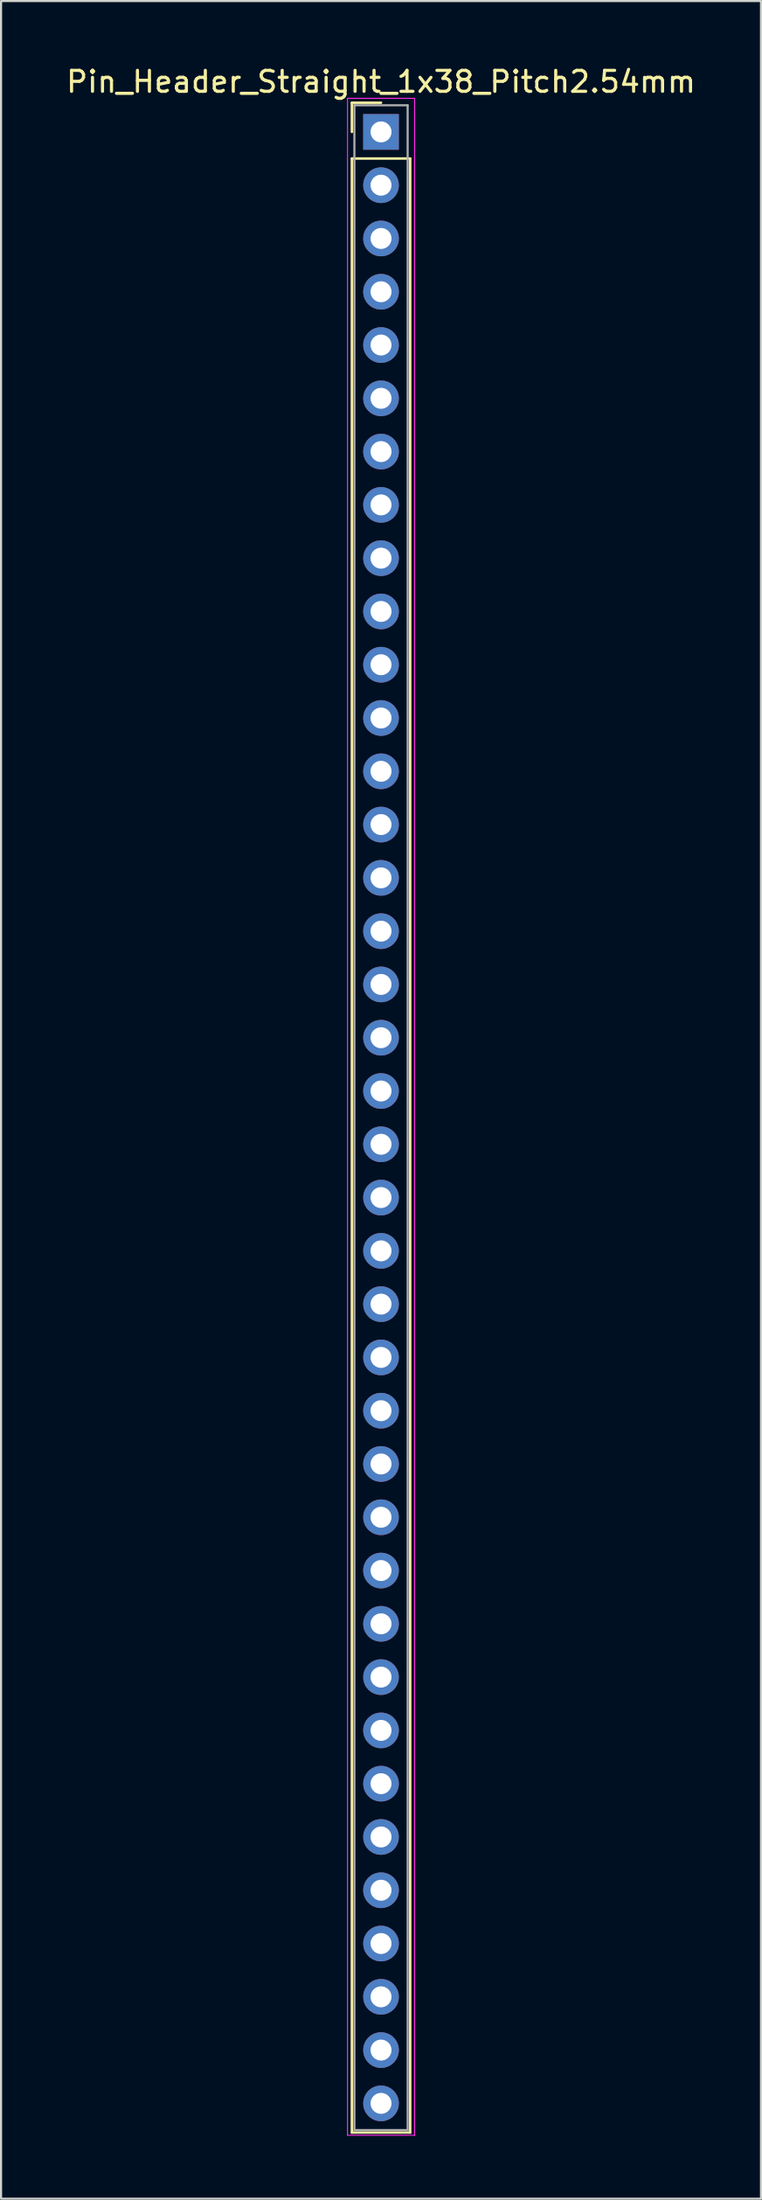
<source format=kicad_pcb>
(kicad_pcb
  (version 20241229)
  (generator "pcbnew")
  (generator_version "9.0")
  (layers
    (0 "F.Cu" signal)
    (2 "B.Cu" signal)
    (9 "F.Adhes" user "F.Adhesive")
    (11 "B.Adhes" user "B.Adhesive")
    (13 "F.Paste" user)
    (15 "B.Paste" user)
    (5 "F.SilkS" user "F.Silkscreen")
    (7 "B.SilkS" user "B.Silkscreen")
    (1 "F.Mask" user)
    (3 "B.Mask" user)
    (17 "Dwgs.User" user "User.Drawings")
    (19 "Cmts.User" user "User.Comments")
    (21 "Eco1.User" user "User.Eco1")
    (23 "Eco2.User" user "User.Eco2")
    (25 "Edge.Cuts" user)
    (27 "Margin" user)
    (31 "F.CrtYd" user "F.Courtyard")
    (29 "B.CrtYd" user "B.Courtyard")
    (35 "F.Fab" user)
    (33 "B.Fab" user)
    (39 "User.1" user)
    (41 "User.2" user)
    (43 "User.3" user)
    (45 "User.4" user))
  (footprint "Pin_Header_Straight_1x38_Pitch2.54mm"
    (layer "F.Cu")
    (at 15.125 3.238)
    (property "Reference" "Pin_Header_Straight_1x38_Pitch2.54mm" (at 0 -2.39 0) (layer "F.SilkS") (effects (font (size 1 1) (thickness 0.15))))
    (attr through_hole)
    (fp_line (start -1.39 -1.39) (end 0 -1.39) (stroke (width 0.12) (type solid)) (layer "F.SilkS"))
    (fp_line (start -1.39 0) (end -1.39 -1.39) (stroke (width 0.12) (type solid)) (layer "F.SilkS"))
    (fp_line (start -1.39 1.27) (end -1.39 95.37) (stroke (width 0.12) (type solid)) (layer "F.SilkS"))
    (fp_line (start -1.39 95.37) (end 1.39 95.37) (stroke (width 0.12) (type solid)) (layer "F.SilkS"))
    (fp_line (start 1.39 1.27) (end -1.39 1.27) (stroke (width 0.12) (type solid)) (layer "F.SilkS"))
    (fp_line (start 1.39 95.37) (end 1.39 1.27) (stroke (width 0.12) (type solid)) (layer "F.SilkS"))
    (fp_line (start -1.6 -1.6) (end -1.6 95.5) (stroke (width 0.05) (type solid)) (layer "F.CrtYd"))
    (fp_line (start -1.6 95.5) (end 1.6 95.5) (stroke (width 0.05) (type solid)) (layer "F.CrtYd"))
    (fp_line (start 1.6 -1.6) (end -1.6 -1.6) (stroke (width 0.05) (type solid)) (layer "F.CrtYd"))
    (fp_line (start 1.6 95.5) (end 1.6 -1.6) (stroke (width 0.05) (type solid)) (layer "F.CrtYd"))
    (fp_line (start -1.27 -1.27) (end -1.27 95.25) (stroke (width 0.1) (type solid)) (layer "F.Fab"))
    (fp_line (start -1.27 95.25) (end 1.27 95.25) (stroke (width 0.1) (type solid)) (layer "F.Fab"))
    (fp_line (start 1.27 -1.27) (end -1.27 -1.27) (stroke (width 0.1) (type solid)) (layer "F.Fab"))
    (fp_line (start 1.27 95.25) (end 1.27 -1.27) (stroke (width 0.1) (type solid)) (layer "F.Fab"))
    (pad "1" thru_hole rect (at 0 0) (size 1.7 1.7) (drill 1) (layers "*.Cu" "*.Mask"))
    (pad "2" thru_hole oval (at 0 2.54) (size 1.7 1.7) (drill 1) (layers "*.Cu" "*.Mask"))
    (pad "3" thru_hole oval (at 0 5.08) (size 1.7 1.7) (drill 1) (layers "*.Cu" "*.Mask"))
    (pad "4" thru_hole oval (at 0 7.62) (size 1.7 1.7) (drill 1) (layers "*.Cu" "*.Mask"))
    (pad "5" thru_hole oval (at 0 10.16) (size 1.7 1.7) (drill 1) (layers "*.Cu" "*.Mask"))
    (pad "6" thru_hole oval (at 0 12.7) (size 1.7 1.7) (drill 1) (layers "*.Cu" "*.Mask"))
    (pad "7" thru_hole oval (at 0 15.24) (size 1.7 1.7) (drill 1) (layers "*.Cu" "*.Mask"))
    (pad "8" thru_hole oval (at 0 17.78) (size 1.7 1.7) (drill 1) (layers "*.Cu" "*.Mask"))
    (pad "9" thru_hole oval (at 0 20.32) (size 1.7 1.7) (drill 1) (layers "*.Cu" "*.Mask"))
    (pad "10" thru_hole oval (at 0 22.86) (size 1.7 1.7) (drill 1) (layers "*.Cu" "*.Mask"))
    (pad "11" thru_hole oval (at 0 25.4) (size 1.7 1.7) (drill 1) (layers "*.Cu" "*.Mask"))
    (pad "12" thru_hole oval (at 0 27.94) (size 1.7 1.7) (drill 1) (layers "*.Cu" "*.Mask"))
    (pad "13" thru_hole oval (at 0 30.48) (size 1.7 1.7) (drill 1) (layers "*.Cu" "*.Mask"))
    (pad "14" thru_hole oval (at 0 33.02) (size 1.7 1.7) (drill 1) (layers "*.Cu" "*.Mask"))
    (pad "15" thru_hole oval (at 0 35.56) (size 1.7 1.7) (drill 1) (layers "*.Cu" "*.Mask"))
    (pad "16" thru_hole oval (at 0 38.1) (size 1.7 1.7) (drill 1) (layers "*.Cu" "*.Mask"))
    (pad "17" thru_hole oval (at 0 40.64) (size 1.7 1.7) (drill 1) (layers "*.Cu" "*.Mask"))
    (pad "18" thru_hole oval (at 0 43.18) (size 1.7 1.7) (drill 1) (layers "*.Cu" "*.Mask"))
    (pad "19" thru_hole oval (at 0 45.72) (size 1.7 1.7) (drill 1) (layers "*.Cu" "*.Mask"))
    (pad "20" thru_hole oval (at 0 48.26) (size 1.7 1.7) (drill 1) (layers "*.Cu" "*.Mask"))
    (pad "21" thru_hole oval (at 0 50.8) (size 1.7 1.7) (drill 1) (layers "*.Cu" "*.Mask"))
    (pad "22" thru_hole oval (at 0 53.34) (size 1.7 1.7) (drill 1) (layers "*.Cu" "*.Mask"))
    (pad "23" thru_hole oval (at 0 55.88) (size 1.7 1.7) (drill 1) (layers "*.Cu" "*.Mask"))
    (pad "24" thru_hole oval (at 0 58.42) (size 1.7 1.7) (drill 1) (layers "*.Cu" "*.Mask"))
    (pad "25" thru_hole oval (at 0 60.96) (size 1.7 1.7) (drill 1) (layers "*.Cu" "*.Mask"))
    (pad "26" thru_hole oval (at 0 63.5) (size 1.7 1.7) (drill 1) (layers "*.Cu" "*.Mask"))
    (pad "27" thru_hole oval (at 0 66.04) (size 1.7 1.7) (drill 1) (layers "*.Cu" "*.Mask"))
    (pad "28" thru_hole oval (at 0 68.58) (size 1.7 1.7) (drill 1) (layers "*.Cu" "*.Mask"))
    (pad "29" thru_hole oval (at 0 71.12) (size 1.7 1.7) (drill 1) (layers "*.Cu" "*.Mask"))
    (pad "30" thru_hole oval (at 0 73.66) (size 1.7 1.7) (drill 1) (layers "*.Cu" "*.Mask"))
    (pad "31" thru_hole oval (at 0 76.2) (size 1.7 1.7) (drill 1) (layers "*.Cu" "*.Mask"))
    (pad "32" thru_hole oval (at 0 78.74) (size 1.7 1.7) (drill 1) (layers "*.Cu" "*.Mask"))
    (pad "33" thru_hole oval (at 0 81.28) (size 1.7 1.7) (drill 1) (layers "*.Cu" "*.Mask"))
    (pad "34" thru_hole oval (at 0 83.82) (size 1.7 1.7) (drill 1) (layers "*.Cu" "*.Mask"))
    (pad "35" thru_hole oval (at 0 86.36) (size 1.7 1.7) (drill 1) (layers "*.Cu" "*.Mask"))
    (pad "36" thru_hole oval (at 0 88.9) (size 1.7 1.7) (drill 1) (layers "*.Cu" "*.Mask"))
    (pad "37" thru_hole oval (at 0 91.44) (size 1.7 1.7) (drill 1) (layers "*.Cu" "*.Mask"))
    (pad "38" thru_hole oval (at 0 93.98) (size 1.7 1.7) (drill 1) (layers "*.Cu" "*.Mask")))
  (gr_rect
    (start -3 -3)
    (end 33.25 101.763)
    (stroke (width 0.1) (type default))
    (fill no)
    (layer "Edge.Cuts")))
</source>
